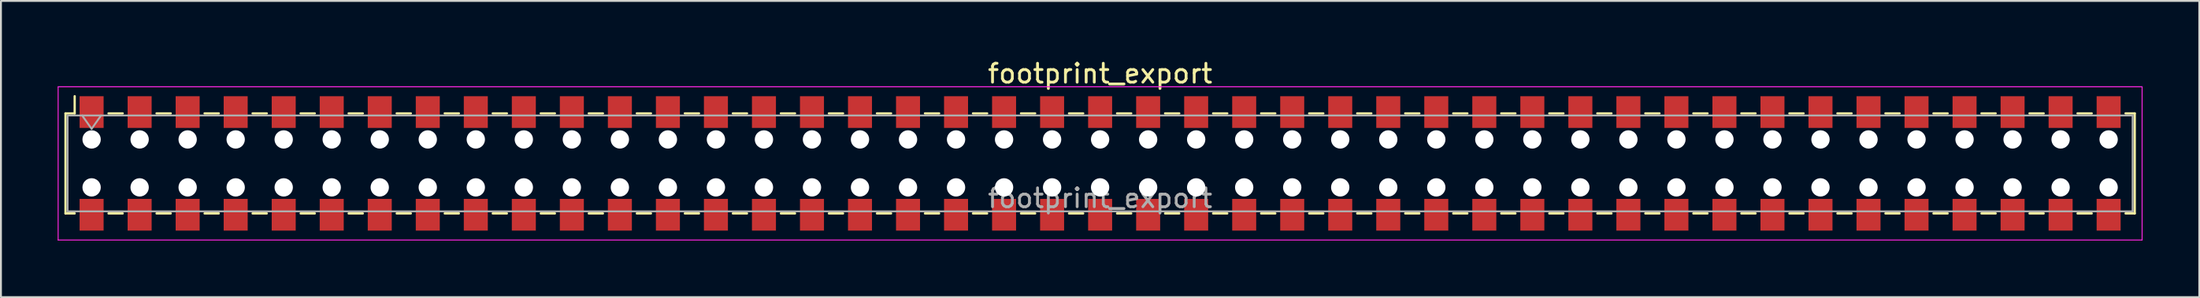
<source format=kicad_pcb>
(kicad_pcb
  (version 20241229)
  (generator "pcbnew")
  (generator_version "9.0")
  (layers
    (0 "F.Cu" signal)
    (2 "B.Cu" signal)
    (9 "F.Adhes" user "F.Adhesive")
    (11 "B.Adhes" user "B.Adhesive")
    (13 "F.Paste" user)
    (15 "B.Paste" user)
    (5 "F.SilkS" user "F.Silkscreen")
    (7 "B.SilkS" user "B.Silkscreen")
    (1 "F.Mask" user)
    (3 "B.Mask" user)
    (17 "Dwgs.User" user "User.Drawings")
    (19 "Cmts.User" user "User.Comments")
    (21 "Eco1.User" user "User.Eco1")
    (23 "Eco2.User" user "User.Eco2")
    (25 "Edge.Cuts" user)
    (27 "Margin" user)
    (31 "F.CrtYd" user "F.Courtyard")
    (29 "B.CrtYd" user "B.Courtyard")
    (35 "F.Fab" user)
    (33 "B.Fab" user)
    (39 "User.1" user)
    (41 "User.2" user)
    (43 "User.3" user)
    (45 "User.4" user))
  (footprint "footprint_export"
    (layer "F.Cu")
    (at 55.135 5.608)
    (property "Reference" "footprint_export" (at 0 -4.76 0) (layer "F.SilkS") (effects (font (size 1 1) (thickness 0.15))))
    (attr smd)
    (fp_line (start -54.72 -2.65) (end -54.72 2.65) (stroke (width 0.12) (type solid)) (layer "F.SilkS"))
    (fp_line (start -54.72 2.65) (end -54.235 2.65) (stroke (width 0.12) (type solid)) (layer "F.SilkS"))
    (fp_line (start -54.235 -3.56) (end -54.235 -2.65) (stroke (width 0.12) (type solid)) (layer "F.SilkS"))
    (fp_line (start -54.235 -2.65) (end -54.72 -2.65) (stroke (width 0.12) (type solid)) (layer "F.SilkS"))
    (fp_line (start -52.445 -2.65) (end -51.695 -2.65) (stroke (width 0.12) (type solid)) (layer "F.SilkS"))
    (fp_line (start -52.445 2.65) (end -51.695 2.65) (stroke (width 0.12) (type solid)) (layer "F.SilkS"))
    (fp_line (start -49.905 -2.65) (end -49.155 -2.65) (stroke (width 0.12) (type solid)) (layer "F.SilkS"))
    (fp_line (start -49.905 2.65) (end -49.155 2.65) (stroke (width 0.12) (type solid)) (layer "F.SilkS"))
    (fp_line (start -47.365 -2.65) (end -46.615 -2.65) (stroke (width 0.12) (type solid)) (layer "F.SilkS"))
    (fp_line (start -47.365 2.65) (end -46.615 2.65) (stroke (width 0.12) (type solid)) (layer "F.SilkS"))
    (fp_line (start -44.825 -2.65) (end -44.075 -2.65) (stroke (width 0.12) (type solid)) (layer "F.SilkS"))
    (fp_line (start -44.825 2.65) (end -44.075 2.65) (stroke (width 0.12) (type solid)) (layer "F.SilkS"))
    (fp_line (start -42.285 -2.65) (end -41.535 -2.65) (stroke (width 0.12) (type solid)) (layer "F.SilkS"))
    (fp_line (start -42.285 2.65) (end -41.535 2.65) (stroke (width 0.12) (type solid)) (layer "F.SilkS"))
    (fp_line (start -39.745 -2.65) (end -38.995 -2.65) (stroke (width 0.12) (type solid)) (layer "F.SilkS"))
    (fp_line (start -39.745 2.65) (end -38.995 2.65) (stroke (width 0.12) (type solid)) (layer "F.SilkS"))
    (fp_line (start -37.205 -2.65) (end -36.455 -2.65) (stroke (width 0.12) (type solid)) (layer "F.SilkS"))
    (fp_line (start -37.205 2.65) (end -36.455 2.65) (stroke (width 0.12) (type solid)) (layer "F.SilkS"))
    (fp_line (start -34.665 -2.65) (end -33.915 -2.65) (stroke (width 0.12) (type solid)) (layer "F.SilkS"))
    (fp_line (start -34.665 2.65) (end -33.915 2.65) (stroke (width 0.12) (type solid)) (layer "F.SilkS"))
    (fp_line (start -32.125 -2.65) (end -31.375 -2.65) (stroke (width 0.12) (type solid)) (layer "F.SilkS"))
    (fp_line (start -32.125 2.65) (end -31.375 2.65) (stroke (width 0.12) (type solid)) (layer "F.SilkS"))
    (fp_line (start -29.585 -2.65) (end -28.835 -2.65) (stroke (width 0.12) (type solid)) (layer "F.SilkS"))
    (fp_line (start -29.585 2.65) (end -28.835 2.65) (stroke (width 0.12) (type solid)) (layer "F.SilkS"))
    (fp_line (start -27.045 -2.65) (end -26.295 -2.65) (stroke (width 0.12) (type solid)) (layer "F.SilkS"))
    (fp_line (start -27.045 2.65) (end -26.295 2.65) (stroke (width 0.12) (type solid)) (layer "F.SilkS"))
    (fp_line (start -24.505 -2.65) (end -23.755 -2.65) (stroke (width 0.12) (type solid)) (layer "F.SilkS"))
    (fp_line (start -24.505 2.65) (end -23.755 2.65) (stroke (width 0.12) (type solid)) (layer "F.SilkS"))
    (fp_line (start -21.965 -2.65) (end -21.215 -2.65) (stroke (width 0.12) (type solid)) (layer "F.SilkS"))
    (fp_line (start -21.965 2.65) (end -21.215 2.65) (stroke (width 0.12) (type solid)) (layer "F.SilkS"))
    (fp_line (start -19.425 -2.65) (end -18.675 -2.65) (stroke (width 0.12) (type solid)) (layer "F.SilkS"))
    (fp_line (start -19.425 2.65) (end -18.675 2.65) (stroke (width 0.12) (type solid)) (layer "F.SilkS"))
    (fp_line (start -16.885 -2.65) (end -16.135 -2.65) (stroke (width 0.12) (type solid)) (layer "F.SilkS"))
    (fp_line (start -16.885 2.65) (end -16.135 2.65) (stroke (width 0.12) (type solid)) (layer "F.SilkS"))
    (fp_line (start -14.345 -2.65) (end -13.595 -2.65) (stroke (width 0.12) (type solid)) (layer "F.SilkS"))
    (fp_line (start -14.345 2.65) (end -13.595 2.65) (stroke (width 0.12) (type solid)) (layer "F.SilkS"))
    (fp_line (start -11.805 -2.65) (end -11.055 -2.65) (stroke (width 0.12) (type solid)) (layer "F.SilkS"))
    (fp_line (start -11.805 2.65) (end -11.055 2.65) (stroke (width 0.12) (type solid)) (layer "F.SilkS"))
    (fp_line (start -9.265 -2.65) (end -8.515 -2.65) (stroke (width 0.12) (type solid)) (layer "F.SilkS"))
    (fp_line (start -9.265 2.65) (end -8.515 2.65) (stroke (width 0.12) (type solid)) (layer "F.SilkS"))
    (fp_line (start -6.725 -2.65) (end -5.975 -2.65) (stroke (width 0.12) (type solid)) (layer "F.SilkS"))
    (fp_line (start -6.725 2.65) (end -5.975 2.65) (stroke (width 0.12) (type solid)) (layer "F.SilkS"))
    (fp_line (start -4.185 -2.65) (end -3.435 -2.65) (stroke (width 0.12) (type solid)) (layer "F.SilkS"))
    (fp_line (start -4.185 2.65) (end -3.435 2.65) (stroke (width 0.12) (type solid)) (layer "F.SilkS"))
    (fp_line (start -1.645 -2.65) (end -0.895 -2.65) (stroke (width 0.12) (type solid)) (layer "F.SilkS"))
    (fp_line (start -1.645 2.65) (end -0.895 2.65) (stroke (width 0.12) (type solid)) (layer "F.SilkS"))
    (fp_line (start 0.895 -2.65) (end 1.645 -2.65) (stroke (width 0.12) (type solid)) (layer "F.SilkS"))
    (fp_line (start 0.895 2.65) (end 1.645 2.65) (stroke (width 0.12) (type solid)) (layer "F.SilkS"))
    (fp_line (start 3.435 -2.65) (end 4.185 -2.65) (stroke (width 0.12) (type solid)) (layer "F.SilkS"))
    (fp_line (start 3.435 2.65) (end 4.185 2.65) (stroke (width 0.12) (type solid)) (layer "F.SilkS"))
    (fp_line (start 5.975 -2.65) (end 6.725 -2.65) (stroke (width 0.12) (type solid)) (layer "F.SilkS"))
    (fp_line (start 5.975 2.65) (end 6.725 2.65) (stroke (width 0.12) (type solid)) (layer "F.SilkS"))
    (fp_line (start 8.515 -2.65) (end 9.265 -2.65) (stroke (width 0.12) (type solid)) (layer "F.SilkS"))
    (fp_line (start 8.515 2.65) (end 9.265 2.65) (stroke (width 0.12) (type solid)) (layer "F.SilkS"))
    (fp_line (start 11.055 -2.65) (end 11.805 -2.65) (stroke (width 0.12) (type solid)) (layer "F.SilkS"))
    (fp_line (start 11.055 2.65) (end 11.805 2.65) (stroke (width 0.12) (type solid)) (layer "F.SilkS"))
    (fp_line (start 13.595 -2.65) (end 14.345 -2.65) (stroke (width 0.12) (type solid)) (layer "F.SilkS"))
    (fp_line (start 13.595 2.65) (end 14.345 2.65) (stroke (width 0.12) (type solid)) (layer "F.SilkS"))
    (fp_line (start 16.135 -2.65) (end 16.885 -2.65) (stroke (width 0.12) (type solid)) (layer "F.SilkS"))
    (fp_line (start 16.135 2.65) (end 16.885 2.65) (stroke (width 0.12) (type solid)) (layer "F.SilkS"))
    (fp_line (start 18.675 -2.65) (end 19.425 -2.65) (stroke (width 0.12) (type solid)) (layer "F.SilkS"))
    (fp_line (start 18.675 2.65) (end 19.425 2.65) (stroke (width 0.12) (type solid)) (layer "F.SilkS"))
    (fp_line (start 21.215 -2.65) (end 21.965 -2.65) (stroke (width 0.12) (type solid)) (layer "F.SilkS"))
    (fp_line (start 21.215 2.65) (end 21.965 2.65) (stroke (width 0.12) (type solid)) (layer "F.SilkS"))
    (fp_line (start 23.755 -2.65) (end 24.505 -2.65) (stroke (width 0.12) (type solid)) (layer "F.SilkS"))
    (fp_line (start 23.755 2.65) (end 24.505 2.65) (stroke (width 0.12) (type solid)) (layer "F.SilkS"))
    (fp_line (start 26.295 -2.65) (end 27.045 -2.65) (stroke (width 0.12) (type solid)) (layer "F.SilkS"))
    (fp_line (start 26.295 2.65) (end 27.045 2.65) (stroke (width 0.12) (type solid)) (layer "F.SilkS"))
    (fp_line (start 28.835 -2.65) (end 29.585 -2.65) (stroke (width 0.12) (type solid)) (layer "F.SilkS"))
    (fp_line (start 28.835 2.65) (end 29.585 2.65) (stroke (width 0.12) (type solid)) (layer "F.SilkS"))
    (fp_line (start 31.375 -2.65) (end 32.125 -2.65) (stroke (width 0.12) (type solid)) (layer "F.SilkS"))
    (fp_line (start 31.375 2.65) (end 32.125 2.65) (stroke (width 0.12) (type solid)) (layer "F.SilkS"))
    (fp_line (start 33.915 -2.65) (end 34.665 -2.65) (stroke (width 0.12) (type solid)) (layer "F.SilkS"))
    (fp_line (start 33.915 2.65) (end 34.665 2.65) (stroke (width 0.12) (type solid)) (layer "F.SilkS"))
    (fp_line (start 36.455 -2.65) (end 37.205 -2.65) (stroke (width 0.12) (type solid)) (layer "F.SilkS"))
    (fp_line (start 36.455 2.65) (end 37.205 2.65) (stroke (width 0.12) (type solid)) (layer "F.SilkS"))
    (fp_line (start 38.995 -2.65) (end 39.745 -2.65) (stroke (width 0.12) (type solid)) (layer "F.SilkS"))
    (fp_line (start 38.995 2.65) (end 39.745 2.65) (stroke (width 0.12) (type solid)) (layer "F.SilkS"))
    (fp_line (start 41.535 -2.65) (end 42.285 -2.65) (stroke (width 0.12) (type solid)) (layer "F.SilkS"))
    (fp_line (start 41.535 2.65) (end 42.285 2.65) (stroke (width 0.12) (type solid)) (layer "F.SilkS"))
    (fp_line (start 44.075 -2.65) (end 44.825 -2.65) (stroke (width 0.12) (type solid)) (layer "F.SilkS"))
    (fp_line (start 44.075 2.65) (end 44.825 2.65) (stroke (width 0.12) (type solid)) (layer "F.SilkS"))
    (fp_line (start 46.615 -2.65) (end 47.365 -2.65) (stroke (width 0.12) (type solid)) (layer "F.SilkS"))
    (fp_line (start 46.615 2.65) (end 47.365 2.65) (stroke (width 0.12) (type solid)) (layer "F.SilkS"))
    (fp_line (start 49.155 -2.65) (end 49.905 -2.65) (stroke (width 0.12) (type solid)) (layer "F.SilkS"))
    (fp_line (start 49.155 2.65) (end 49.905 2.65) (stroke (width 0.12) (type solid)) (layer "F.SilkS"))
    (fp_line (start 51.695 -2.65) (end 52.445 -2.65) (stroke (width 0.12) (type solid)) (layer "F.SilkS"))
    (fp_line (start 51.695 2.65) (end 52.445 2.65) (stroke (width 0.12) (type solid)) (layer "F.SilkS"))
    (fp_line (start 54.235 -2.65) (end 54.72 -2.65) (stroke (width 0.12) (type solid)) (layer "F.SilkS"))
    (fp_line (start 54.72 -2.65) (end 54.72 2.65) (stroke (width 0.12) (type solid)) (layer "F.SilkS"))
    (fp_line (start 54.72 2.65) (end 54.235 2.65) (stroke (width 0.12) (type solid)) (layer "F.SilkS"))
    (fp_line (start -55.11 -4.06) (end 55.11 -4.06) (stroke (width 0.05) (type solid)) (layer "F.CrtYd"))
    (fp_line (start -55.11 4.06) (end -55.11 -4.06) (stroke (width 0.05) (type solid)) (layer "F.CrtYd"))
    (fp_line (start 55.11 -4.06) (end 55.11 4.06) (stroke (width 0.05) (type solid)) (layer "F.CrtYd"))
    (fp_line (start 55.11 4.06) (end -55.11 4.06) (stroke (width 0.05) (type solid)) (layer "F.CrtYd"))
    (fp_line (start -54.61 -2.54) (end 54.61 -2.54) (stroke (width 0.1) (type solid)) (layer "F.Fab"))
    (fp_line (start -54.61 2.54) (end -54.61 -2.54) (stroke (width 0.1) (type solid)) (layer "F.Fab"))
    (fp_line (start -53.84 -2.54) (end -53.34 -1.833) (stroke (width 0.1) (type solid)) (layer "F.Fab"))
    (fp_line (start -53.34 -1.833) (end -52.84 -2.54) (stroke (width 0.1) (type solid)) (layer "F.Fab"))
    (fp_line (start 54.61 -2.54) (end 54.61 2.54) (stroke (width 0.1) (type solid)) (layer "F.Fab"))
    (fp_line (start 54.61 2.54) (end -54.61 2.54) (stroke (width 0.1) (type solid)) (layer "F.Fab"))
    (fp_text user "${REFERENCE}" (at 0 1.84 0) (layer "F.Fab") (effects (font (size 1 1) (thickness 0.15))))
    (pad "" np_thru_hole circle (at -53.34 -1.27) (size 0.97 0.97) (drill 0.97) (layers "*.Cu" "*.Mask"))
    (pad "" np_thru_hole circle (at -53.34 1.27) (size 0.97 0.97) (drill 0.97) (layers "*.Cu" "*.Mask"))
    (pad "" np_thru_hole circle (at -50.8 -1.27) (size 0.97 0.97) (drill 0.97) (layers "*.Cu" "*.Mask"))
    (pad "" np_thru_hole circle (at -50.8 1.27) (size 0.97 0.97) (drill 0.97) (layers "*.Cu" "*.Mask"))
    (pad "" np_thru_hole circle (at -48.26 -1.27) (size 0.97 0.97) (drill 0.97) (layers "*.Cu" "*.Mask"))
    (pad "" np_thru_hole circle (at -48.26 1.27) (size 0.97 0.97) (drill 0.97) (layers "*.Cu" "*.Mask"))
    (pad "" np_thru_hole circle (at -45.72 -1.27) (size 0.97 0.97) (drill 0.97) (layers "*.Cu" "*.Mask"))
    (pad "" np_thru_hole circle (at -45.72 1.27) (size 0.97 0.97) (drill 0.97) (layers "*.Cu" "*.Mask"))
    (pad "" np_thru_hole circle (at -43.18 -1.27) (size 0.97 0.97) (drill 0.97) (layers "*.Cu" "*.Mask"))
    (pad "" np_thru_hole circle (at -43.18 1.27) (size 0.97 0.97) (drill 0.97) (layers "*.Cu" "*.Mask"))
    (pad "" np_thru_hole circle (at -40.64 -1.27) (size 0.97 0.97) (drill 0.97) (layers "*.Cu" "*.Mask"))
    (pad "" np_thru_hole circle (at -40.64 1.27) (size 0.97 0.97) (drill 0.97) (layers "*.Cu" "*.Mask"))
    (pad "" np_thru_hole circle (at -38.1 -1.27) (size 0.97 0.97) (drill 0.97) (layers "*.Cu" "*.Mask"))
    (pad "" np_thru_hole circle (at -38.1 1.27) (size 0.97 0.97) (drill 0.97) (layers "*.Cu" "*.Mask"))
    (pad "" np_thru_hole circle (at -35.56 -1.27) (size 0.97 0.97) (drill 0.97) (layers "*.Cu" "*.Mask"))
    (pad "" np_thru_hole circle (at -35.56 1.27) (size 0.97 0.97) (drill 0.97) (layers "*.Cu" "*.Mask"))
    (pad "" np_thru_hole circle (at -33.02 -1.27) (size 0.97 0.97) (drill 0.97) (layers "*.Cu" "*.Mask"))
    (pad "" np_thru_hole circle (at -33.02 1.27) (size 0.97 0.97) (drill 0.97) (layers "*.Cu" "*.Mask"))
    (pad "" np_thru_hole circle (at -30.48 -1.27) (size 0.97 0.97) (drill 0.97) (layers "*.Cu" "*.Mask"))
    (pad "" np_thru_hole circle (at -30.48 1.27) (size 0.97 0.97) (drill 0.97) (layers "*.Cu" "*.Mask"))
    (pad "" np_thru_hole circle (at -27.94 -1.27) (size 0.97 0.97) (drill 0.97) (layers "*.Cu" "*.Mask"))
    (pad "" np_thru_hole circle (at -27.94 1.27) (size 0.97 0.97) (drill 0.97) (layers "*.Cu" "*.Mask"))
    (pad "" np_thru_hole circle (at -25.4 -1.27) (size 0.97 0.97) (drill 0.97) (layers "*.Cu" "*.Mask"))
    (pad "" np_thru_hole circle (at -25.4 1.27) (size 0.97 0.97) (drill 0.97) (layers "*.Cu" "*.Mask"))
    (pad "" np_thru_hole circle (at -22.86 -1.27) (size 0.97 0.97) (drill 0.97) (layers "*.Cu" "*.Mask"))
    (pad "" np_thru_hole circle (at -22.86 1.27) (size 0.97 0.97) (drill 0.97) (layers "*.Cu" "*.Mask"))
    (pad "" np_thru_hole circle (at -20.32 -1.27) (size 0.97 0.97) (drill 0.97) (layers "*.Cu" "*.Mask"))
    (pad "" np_thru_hole circle (at -20.32 1.27) (size 0.97 0.97) (drill 0.97) (layers "*.Cu" "*.Mask"))
    (pad "" np_thru_hole circle (at -17.78 -1.27) (size 0.97 0.97) (drill 0.97) (layers "*.Cu" "*.Mask"))
    (pad "" np_thru_hole circle (at -17.78 1.27) (size 0.97 0.97) (drill 0.97) (layers "*.Cu" "*.Mask"))
    (pad "" np_thru_hole circle (at -15.24 -1.27) (size 0.97 0.97) (drill 0.97) (layers "*.Cu" "*.Mask"))
    (pad "" np_thru_hole circle (at -15.24 1.27) (size 0.97 0.97) (drill 0.97) (layers "*.Cu" "*.Mask"))
    (pad "" np_thru_hole circle (at -12.7 -1.27) (size 0.97 0.97) (drill 0.97) (layers "*.Cu" "*.Mask"))
    (pad "" np_thru_hole circle (at -12.7 1.27) (size 0.97 0.97) (drill 0.97) (layers "*.Cu" "*.Mask"))
    (pad "" np_thru_hole circle (at -10.16 -1.27) (size 0.97 0.97) (drill 0.97) (layers "*.Cu" "*.Mask"))
    (pad "" np_thru_hole circle (at -10.16 1.27) (size 0.97 0.97) (drill 0.97) (layers "*.Cu" "*.Mask"))
    (pad "" np_thru_hole circle (at -7.62 -1.27) (size 0.97 0.97) (drill 0.97) (layers "*.Cu" "*.Mask"))
    (pad "" np_thru_hole circle (at -7.62 1.27) (size 0.97 0.97) (drill 0.97) (layers "*.Cu" "*.Mask"))
    (pad "" np_thru_hole circle (at -5.08 -1.27) (size 0.97 0.97) (drill 0.97) (layers "*.Cu" "*.Mask"))
    (pad "" np_thru_hole circle (at -5.08 1.27) (size 0.97 0.97) (drill 0.97) (layers "*.Cu" "*.Mask"))
    (pad "" np_thru_hole circle (at -2.54 -1.27) (size 0.97 0.97) (drill 0.97) (layers "*.Cu" "*.Mask"))
    (pad "" np_thru_hole circle (at -2.54 1.27) (size 0.97 0.97) (drill 0.97) (layers "*.Cu" "*.Mask"))
    (pad "" np_thru_hole circle (at 0 -1.27) (size 0.97 0.97) (drill 0.97) (layers "*.Cu" "*.Mask"))
    (pad "" np_thru_hole circle (at 0 1.27) (size 0.97 0.97) (drill 0.97) (layers "*.Cu" "*.Mask"))
    (pad "" np_thru_hole circle (at 2.54 -1.27) (size 0.97 0.97) (drill 0.97) (layers "*.Cu" "*.Mask"))
    (pad "" np_thru_hole circle (at 2.54 1.27) (size 0.97 0.97) (drill 0.97) (layers "*.Cu" "*.Mask"))
    (pad "" np_thru_hole circle (at 5.08 -1.27) (size 0.97 0.97) (drill 0.97) (layers "*.Cu" "*.Mask"))
    (pad "" np_thru_hole circle (at 5.08 1.27) (size 0.97 0.97) (drill 0.97) (layers "*.Cu" "*.Mask"))
    (pad "" np_thru_hole circle (at 7.62 -1.27) (size 0.97 0.97) (drill 0.97) (layers "*.Cu" "*.Mask"))
    (pad "" np_thru_hole circle (at 7.62 1.27) (size 0.97 0.97) (drill 0.97) (layers "*.Cu" "*.Mask"))
    (pad "" np_thru_hole circle (at 10.16 -1.27) (size 0.97 0.97) (drill 0.97) (layers "*.Cu" "*.Mask"))
    (pad "" np_thru_hole circle (at 10.16 1.27) (size 0.97 0.97) (drill 0.97) (layers "*.Cu" "*.Mask"))
    (pad "" np_thru_hole circle (at 12.7 -1.27) (size 0.97 0.97) (drill 0.97) (layers "*.Cu" "*.Mask"))
    (pad "" np_thru_hole circle (at 12.7 1.27) (size 0.97 0.97) (drill 0.97) (layers "*.Cu" "*.Mask"))
    (pad "" np_thru_hole circle (at 15.24 -1.27) (size 0.97 0.97) (drill 0.97) (layers "*.Cu" "*.Mask"))
    (pad "" np_thru_hole circle (at 15.24 1.27) (size 0.97 0.97) (drill 0.97) (layers "*.Cu" "*.Mask"))
    (pad "" np_thru_hole circle (at 17.78 -1.27) (size 0.97 0.97) (drill 0.97) (layers "*.Cu" "*.Mask"))
    (pad "" np_thru_hole circle (at 17.78 1.27) (size 0.97 0.97) (drill 0.97) (layers "*.Cu" "*.Mask"))
    (pad "" np_thru_hole circle (at 20.32 -1.27) (size 0.97 0.97) (drill 0.97) (layers "*.Cu" "*.Mask"))
    (pad "" np_thru_hole circle (at 20.32 1.27) (size 0.97 0.97) (drill 0.97) (layers "*.Cu" "*.Mask"))
    (pad "" np_thru_hole circle (at 22.86 -1.27) (size 0.97 0.97) (drill 0.97) (layers "*.Cu" "*.Mask"))
    (pad "" np_thru_hole circle (at 22.86 1.27) (size 0.97 0.97) (drill 0.97) (layers "*.Cu" "*.Mask"))
    (pad "" np_thru_hole circle (at 25.4 -1.27) (size 0.97 0.97) (drill 0.97) (layers "*.Cu" "*.Mask"))
    (pad "" np_thru_hole circle (at 25.4 1.27) (size 0.97 0.97) (drill 0.97) (layers "*.Cu" "*.Mask"))
    (pad "" np_thru_hole circle (at 27.94 -1.27) (size 0.97 0.97) (drill 0.97) (layers "*.Cu" "*.Mask"))
    (pad "" np_thru_hole circle (at 27.94 1.27) (size 0.97 0.97) (drill 0.97) (layers "*.Cu" "*.Mask"))
    (pad "" np_thru_hole circle (at 30.48 -1.27) (size 0.97 0.97) (drill 0.97) (layers "*.Cu" "*.Mask"))
    (pad "" np_thru_hole circle (at 30.48 1.27) (size 0.97 0.97) (drill 0.97) (layers "*.Cu" "*.Mask"))
    (pad "" np_thru_hole circle (at 33.02 -1.27) (size 0.97 0.97) (drill 0.97) (layers "*.Cu" "*.Mask"))
    (pad "" np_thru_hole circle (at 33.02 1.27) (size 0.97 0.97) (drill 0.97) (layers "*.Cu" "*.Mask"))
    (pad "" np_thru_hole circle (at 35.56 -1.27) (size 0.97 0.97) (drill 0.97) (layers "*.Cu" "*.Mask"))
    (pad "" np_thru_hole circle (at 35.56 1.27) (size 0.97 0.97) (drill 0.97) (layers "*.Cu" "*.Mask"))
    (pad "" np_thru_hole circle (at 38.1 -1.27) (size 0.97 0.97) (drill 0.97) (layers "*.Cu" "*.Mask"))
    (pad "" np_thru_hole circle (at 38.1 1.27) (size 0.97 0.97) (drill 0.97) (layers "*.Cu" "*.Mask"))
    (pad "" np_thru_hole circle (at 40.64 -1.27) (size 0.97 0.97) (drill 0.97) (layers "*.Cu" "*.Mask"))
    (pad "" np_thru_hole circle (at 40.64 1.27) (size 0.97 0.97) (drill 0.97) (layers "*.Cu" "*.Mask"))
    (pad "" np_thru_hole circle (at 43.18 -1.27) (size 0.97 0.97) (drill 0.97) (layers "*.Cu" "*.Mask"))
    (pad "" np_thru_hole circle (at 43.18 1.27) (size 0.97 0.97) (drill 0.97) (layers "*.Cu" "*.Mask"))
    (pad "" np_thru_hole circle (at 45.72 -1.27) (size 0.97 0.97) (drill 0.97) (layers "*.Cu" "*.Mask"))
    (pad "" np_thru_hole circle (at 45.72 1.27) (size 0.97 0.97) (drill 0.97) (layers "*.Cu" "*.Mask"))
    (pad "" np_thru_hole circle (at 48.26 -1.27) (size 0.97 0.97) (drill 0.97) (layers "*.Cu" "*.Mask"))
    (pad "" np_thru_hole circle (at 48.26 1.27) (size 0.97 0.97) (drill 0.97) (layers "*.Cu" "*.Mask"))
    (pad "" np_thru_hole circle (at 50.8 -1.27) (size 0.97 0.97) (drill 0.97) (layers "*.Cu" "*.Mask"))
    (pad "" np_thru_hole circle (at 50.8 1.27) (size 0.97 0.97) (drill 0.97) (layers "*.Cu" "*.Mask"))
    (pad "" np_thru_hole circle (at 53.34 -1.27) (size 0.97 0.97) (drill 0.97) (layers "*.Cu" "*.Mask"))
    (pad "" np_thru_hole circle (at 53.34 1.27) (size 0.97 0.97) (drill 0.97) (layers "*.Cu" "*.Mask"))
    (pad "1" smd rect (at -53.34 -2.72) (size 1.27 1.68) (layers "F.Cu" "F.Mask" "F.Paste"))
    (pad "2" smd rect (at -53.34 2.72) (size 1.27 1.68) (layers "F.Cu" "F.Mask" "F.Paste"))
    (pad "3" smd rect (at -50.8 -2.72) (size 1.27 1.68) (layers "F.Cu" "F.Mask" "F.Paste"))
    (pad "4" smd rect (at -50.8 2.72) (size 1.27 1.68) (layers "F.Cu" "F.Mask" "F.Paste"))
    (pad "5" smd rect (at -48.26 -2.72) (size 1.27 1.68) (layers "F.Cu" "F.Mask" "F.Paste"))
    (pad "6" smd rect (at -48.26 2.72) (size 1.27 1.68) (layers "F.Cu" "F.Mask" "F.Paste"))
    (pad "7" smd rect (at -45.72 -2.72) (size 1.27 1.68) (layers "F.Cu" "F.Mask" "F.Paste"))
    (pad "8" smd rect (at -45.72 2.72) (size 1.27 1.68) (layers "F.Cu" "F.Mask" "F.Paste"))
    (pad "9" smd rect (at -43.18 -2.72) (size 1.27 1.68) (layers "F.Cu" "F.Mask" "F.Paste"))
    (pad "10" smd rect (at -43.18 2.72) (size 1.27 1.68) (layers "F.Cu" "F.Mask" "F.Paste"))
    (pad "11" smd rect (at -40.64 -2.72) (size 1.27 1.68) (layers "F.Cu" "F.Mask" "F.Paste"))
    (pad "12" smd rect (at -40.64 2.72) (size 1.27 1.68) (layers "F.Cu" "F.Mask" "F.Paste"))
    (pad "13" smd rect (at -38.1 -2.72) (size 1.27 1.68) (layers "F.Cu" "F.Mask" "F.Paste"))
    (pad "14" smd rect (at -38.1 2.72) (size 1.27 1.68) (layers "F.Cu" "F.Mask" "F.Paste"))
    (pad "15" smd rect (at -35.56 -2.72) (size 1.27 1.68) (layers "F.Cu" "F.Mask" "F.Paste"))
    (pad "16" smd rect (at -35.56 2.72) (size 1.27 1.68) (layers "F.Cu" "F.Mask" "F.Paste"))
    (pad "17" smd rect (at -33.02 -2.72) (size 1.27 1.68) (layers "F.Cu" "F.Mask" "F.Paste"))
    (pad "18" smd rect (at -33.02 2.72) (size 1.27 1.68) (layers "F.Cu" "F.Mask" "F.Paste"))
    (pad "19" smd rect (at -30.48 -2.72) (size 1.27 1.68) (layers "F.Cu" "F.Mask" "F.Paste"))
    (pad "20" smd rect (at -30.48 2.72) (size 1.27 1.68) (layers "F.Cu" "F.Mask" "F.Paste"))
    (pad "21" smd rect (at -27.94 -2.72) (size 1.27 1.68) (layers "F.Cu" "F.Mask" "F.Paste"))
    (pad "22" smd rect (at -27.94 2.72) (size 1.27 1.68) (layers "F.Cu" "F.Mask" "F.Paste"))
    (pad "23" smd rect (at -25.4 -2.72) (size 1.27 1.68) (layers "F.Cu" "F.Mask" "F.Paste"))
    (pad "24" smd rect (at -25.4 2.72) (size 1.27 1.68) (layers "F.Cu" "F.Mask" "F.Paste"))
    (pad "25" smd rect (at -22.86 -2.72) (size 1.27 1.68) (layers "F.Cu" "F.Mask" "F.Paste"))
    (pad "26" smd rect (at -22.86 2.72) (size 1.27 1.68) (layers "F.Cu" "F.Mask" "F.Paste"))
    (pad "27" smd rect (at -20.32 -2.72) (size 1.27 1.68) (layers "F.Cu" "F.Mask" "F.Paste"))
    (pad "28" smd rect (at -20.32 2.72) (size 1.27 1.68) (layers "F.Cu" "F.Mask" "F.Paste"))
    (pad "29" smd rect (at -17.78 -2.72) (size 1.27 1.68) (layers "F.Cu" "F.Mask" "F.Paste"))
    (pad "30" smd rect (at -17.78 2.72) (size 1.27 1.68) (layers "F.Cu" "F.Mask" "F.Paste"))
    (pad "31" smd rect (at -15.24 -2.72) (size 1.27 1.68) (layers "F.Cu" "F.Mask" "F.Paste"))
    (pad "32" smd rect (at -15.24 2.72) (size 1.27 1.68) (layers "F.Cu" "F.Mask" "F.Paste"))
    (pad "33" smd rect (at -12.7 -2.72) (size 1.27 1.68) (layers "F.Cu" "F.Mask" "F.Paste"))
    (pad "34" smd rect (at -12.7 2.72) (size 1.27 1.68) (layers "F.Cu" "F.Mask" "F.Paste"))
    (pad "35" smd rect (at -10.16 -2.72) (size 1.27 1.68) (layers "F.Cu" "F.Mask" "F.Paste"))
    (pad "36" smd rect (at -10.16 2.72) (size 1.27 1.68) (layers "F.Cu" "F.Mask" "F.Paste"))
    (pad "37" smd rect (at -7.62 -2.72) (size 1.27 1.68) (layers "F.Cu" "F.Mask" "F.Paste"))
    (pad "38" smd rect (at -7.62 2.72) (size 1.27 1.68) (layers "F.Cu" "F.Mask" "F.Paste"))
    (pad "39" smd rect (at -5.08 -2.72) (size 1.27 1.68) (layers "F.Cu" "F.Mask" "F.Paste"))
    (pad "40" smd rect (at -5.08 2.72) (size 1.27 1.68) (layers "F.Cu" "F.Mask" "F.Paste"))
    (pad "41" smd rect (at -2.54 -2.72) (size 1.27 1.68) (layers "F.Cu" "F.Mask" "F.Paste"))
    (pad "42" smd rect (at -2.54 2.72) (size 1.27 1.68) (layers "F.Cu" "F.Mask" "F.Paste"))
    (pad "43" smd rect (at 0 -2.72) (size 1.27 1.68) (layers "F.Cu" "F.Mask" "F.Paste"))
    (pad "44" smd rect (at 0 2.72) (size 1.27 1.68) (layers "F.Cu" "F.Mask" "F.Paste"))
    (pad "45" smd rect (at 2.54 -2.72) (size 1.27 1.68) (layers "F.Cu" "F.Mask" "F.Paste"))
    (pad "46" smd rect (at 2.54 2.72) (size 1.27 1.68) (layers "F.Cu" "F.Mask" "F.Paste"))
    (pad "47" smd rect (at 5.08 -2.72) (size 1.27 1.68) (layers "F.Cu" "F.Mask" "F.Paste"))
    (pad "48" smd rect (at 5.08 2.72) (size 1.27 1.68) (layers "F.Cu" "F.Mask" "F.Paste"))
    (pad "49" smd rect (at 7.62 -2.72) (size 1.27 1.68) (layers "F.Cu" "F.Mask" "F.Paste"))
    (pad "50" smd rect (at 7.62 2.72) (size 1.27 1.68) (layers "F.Cu" "F.Mask" "F.Paste"))
    (pad "51" smd rect (at 10.16 -2.72) (size 1.27 1.68) (layers "F.Cu" "F.Mask" "F.Paste"))
    (pad "52" smd rect (at 10.16 2.72) (size 1.27 1.68) (layers "F.Cu" "F.Mask" "F.Paste"))
    (pad "53" smd rect (at 12.7 -2.72) (size 1.27 1.68) (layers "F.Cu" "F.Mask" "F.Paste"))
    (pad "54" smd rect (at 12.7 2.72) (size 1.27 1.68) (layers "F.Cu" "F.Mask" "F.Paste"))
    (pad "55" smd rect (at 15.24 -2.72) (size 1.27 1.68) (layers "F.Cu" "F.Mask" "F.Paste"))
    (pad "56" smd rect (at 15.24 2.72) (size 1.27 1.68) (layers "F.Cu" "F.Mask" "F.Paste"))
    (pad "57" smd rect (at 17.78 -2.72) (size 1.27 1.68) (layers "F.Cu" "F.Mask" "F.Paste"))
    (pad "58" smd rect (at 17.78 2.72) (size 1.27 1.68) (layers "F.Cu" "F.Mask" "F.Paste"))
    (pad "59" smd rect (at 20.32 -2.72) (size 1.27 1.68) (layers "F.Cu" "F.Mask" "F.Paste"))
    (pad "60" smd rect (at 20.32 2.72) (size 1.27 1.68) (layers "F.Cu" "F.Mask" "F.Paste"))
    (pad "61" smd rect (at 22.86 -2.72) (size 1.27 1.68) (layers "F.Cu" "F.Mask" "F.Paste"))
    (pad "62" smd rect (at 22.86 2.72) (size 1.27 1.68) (layers "F.Cu" "F.Mask" "F.Paste"))
    (pad "63" smd rect (at 25.4 -2.72) (size 1.27 1.68) (layers "F.Cu" "F.Mask" "F.Paste"))
    (pad "64" smd rect (at 25.4 2.72) (size 1.27 1.68) (layers "F.Cu" "F.Mask" "F.Paste"))
    (pad "65" smd rect (at 27.94 -2.72) (size 1.27 1.68) (layers "F.Cu" "F.Mask" "F.Paste"))
    (pad "66" smd rect (at 27.94 2.72) (size 1.27 1.68) (layers "F.Cu" "F.Mask" "F.Paste"))
    (pad "67" smd rect (at 30.48 -2.72) (size 1.27 1.68) (layers "F.Cu" "F.Mask" "F.Paste"))
    (pad "68" smd rect (at 30.48 2.72) (size 1.27 1.68) (layers "F.Cu" "F.Mask" "F.Paste"))
    (pad "69" smd rect (at 33.02 -2.72) (size 1.27 1.68) (layers "F.Cu" "F.Mask" "F.Paste"))
    (pad "70" smd rect (at 33.02 2.72) (size 1.27 1.68) (layers "F.Cu" "F.Mask" "F.Paste"))
    (pad "71" smd rect (at 35.56 -2.72) (size 1.27 1.68) (layers "F.Cu" "F.Mask" "F.Paste"))
    (pad "72" smd rect (at 35.56 2.72) (size 1.27 1.68) (layers "F.Cu" "F.Mask" "F.Paste"))
    (pad "73" smd rect (at 38.1 -2.72) (size 1.27 1.68) (layers "F.Cu" "F.Mask" "F.Paste"))
    (pad "74" smd rect (at 38.1 2.72) (size 1.27 1.68) (layers "F.Cu" "F.Mask" "F.Paste"))
    (pad "75" smd rect (at 40.64 -2.72) (size 1.27 1.68) (layers "F.Cu" "F.Mask" "F.Paste"))
    (pad "76" smd rect (at 40.64 2.72) (size 1.27 1.68) (layers "F.Cu" "F.Mask" "F.Paste"))
    (pad "77" smd rect (at 43.18 -2.72) (size 1.27 1.68) (layers "F.Cu" "F.Mask" "F.Paste"))
    (pad "78" smd rect (at 43.18 2.72) (size 1.27 1.68) (layers "F.Cu" "F.Mask" "F.Paste"))
    (pad "79" smd rect (at 45.72 -2.72) (size 1.27 1.68) (layers "F.Cu" "F.Mask" "F.Paste"))
    (pad "80" smd rect (at 45.72 2.72) (size 1.27 1.68) (layers "F.Cu" "F.Mask" "F.Paste"))
    (pad "81" smd rect (at 48.26 -2.72) (size 1.27 1.68) (layers "F.Cu" "F.Mask" "F.Paste"))
    (pad "82" smd rect (at 48.26 2.72) (size 1.27 1.68) (layers "F.Cu" "F.Mask" "F.Paste"))
    (pad "83" smd rect (at 50.8 -2.72) (size 1.27 1.68) (layers "F.Cu" "F.Mask" "F.Paste"))
    (pad "84" smd rect (at 50.8 2.72) (size 1.27 1.68) (layers "F.Cu" "F.Mask" "F.Paste"))
    (pad "85" smd rect (at 53.34 -2.72) (size 1.27 1.68) (layers "F.Cu" "F.Mask" "F.Paste"))
    (pad "86" smd rect (at 53.34 2.72) (size 1.27 1.68) (layers "F.Cu" "F.Mask" "F.Paste")))
  (gr_rect
    (start -3 -3)
    (end 113.27 12.693)
    (stroke (width 0.1) (type default))
    (fill no)
    (layer "Edge.Cuts")))
</source>
